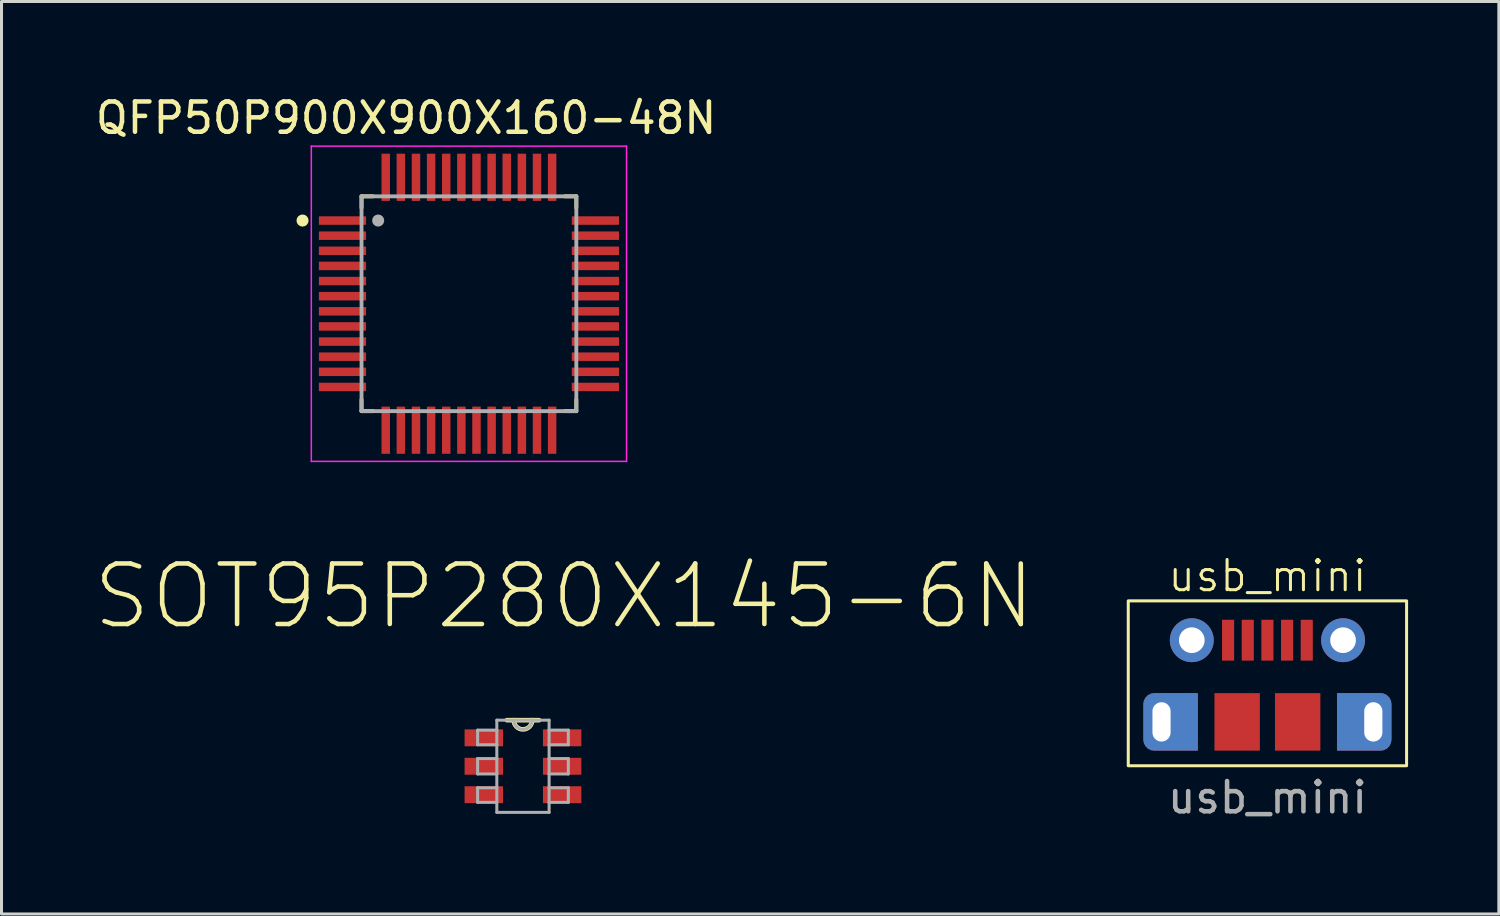
<source format=kicad_pcb>
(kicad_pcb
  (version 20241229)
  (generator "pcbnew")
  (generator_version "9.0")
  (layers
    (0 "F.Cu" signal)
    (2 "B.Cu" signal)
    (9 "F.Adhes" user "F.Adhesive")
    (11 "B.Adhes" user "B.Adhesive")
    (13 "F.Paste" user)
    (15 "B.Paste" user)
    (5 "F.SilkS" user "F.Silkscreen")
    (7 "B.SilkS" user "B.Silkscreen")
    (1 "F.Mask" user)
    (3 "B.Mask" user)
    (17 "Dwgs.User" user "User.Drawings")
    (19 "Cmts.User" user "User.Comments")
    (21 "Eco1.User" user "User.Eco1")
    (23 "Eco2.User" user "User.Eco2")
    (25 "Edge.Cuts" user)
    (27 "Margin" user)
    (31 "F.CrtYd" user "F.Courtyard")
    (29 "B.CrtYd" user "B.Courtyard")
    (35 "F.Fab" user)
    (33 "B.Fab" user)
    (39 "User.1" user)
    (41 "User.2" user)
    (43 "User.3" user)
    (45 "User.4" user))
  (footprint "SOT95P280X145-6N"
    (layer "F.Cu")
    (at 14.236 22.278)
    (property "Reference" "SOT95P280X145-6N" (at 1.36 -5.62 0) (layer "F.SilkS") (effects (font (size 2 2) (thickness 0.15))))
    (attr smd)
    (fp_line (start -0.305 -1.524) (end -0.533 -1.524) (stroke (width 0.152) (type solid)) (layer "F.SilkS"))
    (fp_line (start 0.305 -1.524) (end -0.305 -1.524) (stroke (width 0.152) (type solid)) (layer "F.SilkS"))
    (fp_line (start 0.533 -1.524) (end 0.305 -1.524) (stroke (width 0.152) (type solid)) (layer "F.SilkS"))
    (fp_arc (start 0.3048 -1.524) (mid 0 -1.2192) (end -0.3048 -1.524) (stroke (width 0.1524) (type solid)) (layer "F.SilkS"))
    (fp_line (start -1.499 -1.194) (end -1.499 -0.711) (stroke (width 0.1) (type solid)) (layer "F.Fab"))
    (fp_line (start -1.499 -0.711) (end -0.864 -0.711) (stroke (width 0.1) (type solid)) (layer "F.Fab"))
    (fp_line (start -1.499 -0.254) (end -1.499 0.254) (stroke (width 0.1) (type solid)) (layer "F.Fab"))
    (fp_line (start -1.499 0.254) (end -0.864 0.254) (stroke (width 0.1) (type solid)) (layer "F.Fab"))
    (fp_line (start -1.499 0.711) (end -1.499 1.194) (stroke (width 0.1) (type solid)) (layer "F.Fab"))
    (fp_line (start -1.499 1.194) (end -0.864 1.194) (stroke (width 0.1) (type solid)) (layer "F.Fab"))
    (fp_line (start -0.864 -1.524) (end -0.864 -1.194) (stroke (width 0.1) (type solid)) (layer "F.Fab"))
    (fp_line (start -0.864 -1.194) (end -1.499 -1.194) (stroke (width 0.1) (type solid)) (layer "F.Fab"))
    (fp_line (start -0.864 -1.194) (end -0.864 -0.711) (stroke (width 0.1) (type solid)) (layer "F.Fab"))
    (fp_line (start -0.864 -0.711) (end -0.864 -0.254) (stroke (width 0.1) (type solid)) (layer "F.Fab"))
    (fp_line (start -0.864 -0.254) (end -1.499 -0.254) (stroke (width 0.1) (type solid)) (layer "F.Fab"))
    (fp_line (start -0.864 -0.254) (end -0.864 0.254) (stroke (width 0.1) (type solid)) (layer "F.Fab"))
    (fp_line (start -0.864 0.254) (end -0.864 0.711) (stroke (width 0.1) (type solid)) (layer "F.Fab"))
    (fp_line (start -0.864 0.711) (end -1.499 0.711) (stroke (width 0.1) (type solid)) (layer "F.Fab"))
    (fp_line (start -0.864 1.194) (end -0.864 0.711) (stroke (width 0.1) (type solid)) (layer "F.Fab"))
    (fp_line (start -0.864 1.524) (end -0.864 1.194) (stroke (width 0.1) (type solid)) (layer "F.Fab"))
    (fp_line (start -0.864 1.524) (end 0.864 1.524) (stroke (width 0.1) (type solid)) (layer "F.Fab"))
    (fp_line (start -0.305 -1.524) (end -0.864 -1.524) (stroke (width 0.1) (type solid)) (layer "F.Fab"))
    (fp_line (start 0.305 -1.524) (end -0.305 -1.524) (stroke (width 0.1) (type solid)) (layer "F.Fab"))
    (fp_line (start 0.864 -1.524) (end 0.305 -1.524) (stroke (width 0.1) (type solid)) (layer "F.Fab"))
    (fp_line (start 0.864 -1.524) (end 0.864 -1.194) (stroke (width 0.1) (type solid)) (layer "F.Fab"))
    (fp_line (start 0.864 -1.194) (end 0.864 -0.711) (stroke (width 0.1) (type solid)) (layer "F.Fab"))
    (fp_line (start 0.864 -0.711) (end 1.499 -0.711) (stroke (width 0.1) (type solid)) (layer "F.Fab"))
    (fp_line (start 0.864 -0.254) (end 0.864 -0.711) (stroke (width 0.1) (type solid)) (layer "F.Fab"))
    (fp_line (start 0.864 0.254) (end 0.864 -0.254) (stroke (width 0.1) (type solid)) (layer "F.Fab"))
    (fp_line (start 0.864 0.254) (end 1.499 0.254) (stroke (width 0.1) (type solid)) (layer "F.Fab"))
    (fp_line (start 0.864 0.711) (end 0.864 0.254) (stroke (width 0.1) (type solid)) (layer "F.Fab"))
    (fp_line (start 0.864 1.194) (end 0.864 0.711) (stroke (width 0.1) (type solid)) (layer "F.Fab"))
    (fp_line (start 0.864 1.194) (end 1.499 1.194) (stroke (width 0.1) (type solid)) (layer "F.Fab"))
    (fp_line (start 0.864 1.524) (end 0.864 1.194) (stroke (width 0.1) (type solid)) (layer "F.Fab"))
    (fp_line (start 1.499 -1.194) (end 0.864 -1.194) (stroke (width 0.1) (type solid)) (layer "F.Fab"))
    (fp_line (start 1.499 -0.711) (end 1.499 -1.194) (stroke (width 0.1) (type solid)) (layer "F.Fab"))
    (fp_line (start 1.499 -0.254) (end 0.864 -0.254) (stroke (width 0.1) (type solid)) (layer "F.Fab"))
    (fp_line (start 1.499 0.254) (end 1.499 -0.254) (stroke (width 0.1) (type solid)) (layer "F.Fab"))
    (fp_line (start 1.499 0.711) (end 0.864 0.711) (stroke (width 0.1) (type solid)) (layer "F.Fab"))
    (fp_line (start 1.499 1.194) (end 1.499 0.711) (stroke (width 0.1) (type solid)) (layer "F.Fab"))
    (fp_arc (start 0.3048 -1.524) (mid 0 -1.2192) (end -0.3048 -1.524) (stroke (width 0.1) (type solid)) (layer "F.Fab"))
    (pad "1" smd rect (at -1.295 -0.94) (size 1.27 0.559) (layers "F.Cu" "F.Mask" "F.Paste"))
    (pad "2" smd rect (at -1.295 0) (size 1.27 0.559) (layers "F.Cu" "F.Mask" "F.Paste"))
    (pad "3" smd rect (at -1.295 0.94) (size 1.27 0.559) (layers "F.Cu" "F.Mask" "F.Paste"))
    (pad "4" smd rect (at 1.295 0.94) (size 1.27 0.559) (layers "F.Cu" "F.Mask" "F.Paste"))
    (pad "5" smd rect (at 1.295 0) (size 1.27 0.559) (layers "F.Cu" "F.Mask" "F.Paste"))
    (pad "6" smd rect (at 1.295 -0.94) (size 1.27 0.559) (layers "F.Cu" "F.Mask" "F.Paste")))
  (footprint "QFP50P900X900X160-48N"
    (layer "F.Cu")
    (at 12.45 6.99)
    (property "Reference" "QFP50P900X900X160-48N" (at -2.077 -6.141 0) (layer "F.SilkS") (effects (font (size 1.001 1.001) (thickness 0.15))))
    (attr smd)
    (fp_line (start -3.55 -3.55) (end -3.17 -3.55) (stroke (width 0.127) (type solid)) (layer "F.SilkS"))
    (fp_line (start -3.55 -3.17) (end -3.55 -3.55) (stroke (width 0.127) (type solid)) (layer "F.SilkS"))
    (fp_line (start -3.55 3.17) (end -3.55 3.55) (stroke (width 0.127) (type solid)) (layer "F.SilkS"))
    (fp_line (start -3.55 3.55) (end -3.17 3.55) (stroke (width 0.127) (type solid)) (layer "F.SilkS"))
    (fp_line (start 3.17 -3.55) (end 3.55 -3.55) (stroke (width 0.127) (type solid)) (layer "F.SilkS"))
    (fp_line (start 3.17 3.55) (end 3.55 3.55) (stroke (width 0.127) (type solid)) (layer "F.SilkS"))
    (fp_line (start 3.55 -3.55) (end 3.55 -3.17) (stroke (width 0.127) (type solid)) (layer "F.SilkS"))
    (fp_line (start 3.55 3.55) (end 3.55 3.17) (stroke (width 0.127) (type solid)) (layer "F.SilkS"))
    (fp_circle (center -5.5 -2.75) (end -5.4 -2.75) (stroke (width 0.2) (type solid)) (fill no) (layer "F.SilkS"))
    (fp_line (start -5.21 -5.21) (end 5.21 -5.21) (stroke (width 0.05) (type solid)) (layer "F.CrtYd"))
    (fp_line (start -5.21 5.21) (end -5.21 -5.21) (stroke (width 0.05) (type solid)) (layer "F.CrtYd"))
    (fp_line (start 5.21 -5.21) (end 5.21 5.21) (stroke (width 0.05) (type solid)) (layer "F.CrtYd"))
    (fp_line (start 5.21 5.21) (end -5.21 5.21) (stroke (width 0.05) (type solid)) (layer "F.CrtYd"))
    (fp_line (start -3.55 -3.55) (end 3.55 -3.55) (stroke (width 0.127) (type solid)) (layer "F.Fab"))
    (fp_line (start -3.55 3.55) (end -3.55 -3.55) (stroke (width 0.127) (type solid)) (layer "F.Fab"))
    (fp_line (start 3.55 -3.55) (end 3.55 3.55) (stroke (width 0.127) (type solid)) (layer "F.Fab"))
    (fp_line (start 3.55 3.55) (end -3.55 3.55) (stroke (width 0.127) (type solid)) (layer "F.Fab"))
    (fp_circle (center -3 -2.75) (end -2.9 -2.75) (stroke (width 0.2) (type solid)) (fill no) (layer "F.Fab"))
    (pad "1" smd rect (at -4.18 -2.75) (size 1.56 0.28) (layers "F.Cu" "F.Mask" "F.Paste"))
    (pad "2" smd rect (at -4.18 -2.25) (size 1.56 0.28) (layers "F.Cu" "F.Mask" "F.Paste"))
    (pad "3" smd rect (at -4.18 -1.75) (size 1.56 0.28) (layers "F.Cu" "F.Mask" "F.Paste"))
    (pad "4" smd rect (at -4.18 -1.25) (size 1.56 0.28) (layers "F.Cu" "F.Mask" "F.Paste"))
    (pad "5" smd rect (at -4.18 -0.75) (size 1.56 0.28) (layers "F.Cu" "F.Mask" "F.Paste"))
    (pad "6" smd rect (at -4.18 -0.25) (size 1.56 0.28) (layers "F.Cu" "F.Mask" "F.Paste"))
    (pad "7" smd rect (at -4.18 0.25) (size 1.56 0.28) (layers "F.Cu" "F.Mask" "F.Paste"))
    (pad "8" smd rect (at -4.18 0.75) (size 1.56 0.28) (layers "F.Cu" "F.Mask" "F.Paste"))
    (pad "9" smd rect (at -4.18 1.25) (size 1.56 0.28) (layers "F.Cu" "F.Mask" "F.Paste"))
    (pad "10" smd rect (at -4.18 1.75) (size 1.56 0.28) (layers "F.Cu" "F.Mask" "F.Paste"))
    (pad "11" smd rect (at -4.18 2.25) (size 1.56 0.28) (layers "F.Cu" "F.Mask" "F.Paste"))
    (pad "12" smd rect (at -4.18 2.75) (size 1.56 0.28) (layers "F.Cu" "F.Mask" "F.Paste"))
    (pad "13" smd rect (at -2.75 4.18) (size 0.28 1.56) (layers "F.Cu" "F.Mask" "F.Paste"))
    (pad "14" smd rect (at -2.25 4.18) (size 0.28 1.56) (layers "F.Cu" "F.Mask" "F.Paste"))
    (pad "15" smd rect (at -1.75 4.18) (size 0.28 1.56) (layers "F.Cu" "F.Mask" "F.Paste"))
    (pad "16" smd rect (at -1.25 4.18) (size 0.28 1.56) (layers "F.Cu" "F.Mask" "F.Paste"))
    (pad "17" smd rect (at -0.75 4.18) (size 0.28 1.56) (layers "F.Cu" "F.Mask" "F.Paste"))
    (pad "18" smd rect (at -0.25 4.18) (size 0.28 1.56) (layers "F.Cu" "F.Mask" "F.Paste"))
    (pad "19" smd rect (at 0.25 4.18) (size 0.28 1.56) (layers "F.Cu" "F.Mask" "F.Paste"))
    (pad "20" smd rect (at 0.75 4.18) (size 0.28 1.56) (layers "F.Cu" "F.Mask" "F.Paste"))
    (pad "21" smd rect (at 1.25 4.18) (size 0.28 1.56) (layers "F.Cu" "F.Mask" "F.Paste"))
    (pad "22" smd rect (at 1.75 4.18) (size 0.28 1.56) (layers "F.Cu" "F.Mask" "F.Paste"))
    (pad "23" smd rect (at 2.25 4.18) (size 0.28 1.56) (layers "F.Cu" "F.Mask" "F.Paste"))
    (pad "24" smd rect (at 2.75 4.18) (size 0.28 1.56) (layers "F.Cu" "F.Mask" "F.Paste"))
    (pad "25" smd rect (at 4.18 2.75) (size 1.56 0.28) (layers "F.Cu" "F.Mask" "F.Paste"))
    (pad "26" smd rect (at 4.18 2.25) (size 1.56 0.28) (layers "F.Cu" "F.Mask" "F.Paste"))
    (pad "27" smd rect (at 4.18 1.75) (size 1.56 0.28) (layers "F.Cu" "F.Mask" "F.Paste"))
    (pad "28" smd rect (at 4.18 1.25) (size 1.56 0.28) (layers "F.Cu" "F.Mask" "F.Paste"))
    (pad "29" smd rect (at 4.18 0.75) (size 1.56 0.28) (layers "F.Cu" "F.Mask" "F.Paste"))
    (pad "30" smd rect (at 4.18 0.25) (size 1.56 0.28) (layers "F.Cu" "F.Mask" "F.Paste"))
    (pad "31" smd rect (at 4.18 -0.25) (size 1.56 0.28) (layers "F.Cu" "F.Mask" "F.Paste"))
    (pad "32" smd rect (at 4.18 -0.75) (size 1.56 0.28) (layers "F.Cu" "F.Mask" "F.Paste"))
    (pad "33" smd rect (at 4.18 -1.25) (size 1.56 0.28) (layers "F.Cu" "F.Mask" "F.Paste"))
    (pad "34" smd rect (at 4.18 -1.75) (size 1.56 0.28) (layers "F.Cu" "F.Mask" "F.Paste"))
    (pad "35" smd rect (at 4.18 -2.25) (size 1.56 0.28) (layers "F.Cu" "F.Mask" "F.Paste"))
    (pad "36" smd rect (at 4.18 -2.75) (size 1.56 0.28) (layers "F.Cu" "F.Mask" "F.Paste"))
    (pad "37" smd rect (at 2.75 -4.18) (size 0.28 1.56) (layers "F.Cu" "F.Mask" "F.Paste"))
    (pad "38" smd rect (at 2.25 -4.18) (size 0.28 1.56) (layers "F.Cu" "F.Mask" "F.Paste"))
    (pad "39" smd rect (at 1.75 -4.18) (size 0.28 1.56) (layers "F.Cu" "F.Mask" "F.Paste"))
    (pad "40" smd rect (at 1.25 -4.18) (size 0.28 1.56) (layers "F.Cu" "F.Mask" "F.Paste"))
    (pad "41" smd rect (at 0.75 -4.18) (size 0.28 1.56) (layers "F.Cu" "F.Mask" "F.Paste"))
    (pad "42" smd rect (at 0.25 -4.18) (size 0.28 1.56) (layers "F.Cu" "F.Mask" "F.Paste"))
    (pad "43" smd rect (at -0.25 -4.18) (size 0.28 1.56) (layers "F.Cu" "F.Mask" "F.Paste"))
    (pad "44" smd rect (at -0.75 -4.18) (size 0.28 1.56) (layers "F.Cu" "F.Mask" "F.Paste"))
    (pad "45" smd rect (at -1.25 -4.18) (size 0.28 1.56) (layers "F.Cu" "F.Mask" "F.Paste"))
    (pad "46" smd rect (at -1.75 -4.18) (size 0.28 1.56) (layers "F.Cu" "F.Mask" "F.Paste"))
    (pad "47" smd rect (at -2.25 -4.18) (size 0.28 1.56) (layers "F.Cu" "F.Mask" "F.Paste"))
    (pad "48" smd rect (at -2.75 -4.18) (size 0.28 1.56) (layers "F.Cu" "F.Mask" "F.Paste")))
  (footprint "usb_mini"
    (layer "F.Cu")
    (at 38.843 20.811)
    (property "Reference" "usb_mini" (at 0 -4.826 0) (unlocked yes) (layer "F.SilkS") (effects (font (size 1 1) (thickness 0.1))))
    (attr smd)
    (fp_rect (start -4.6 1.45) (end 4.6 -4) (stroke (width 0.1) (type default)) (fill no) (layer "F.SilkS"))
    (fp_text user "${REFERENCE}" (at 0 2.5 0) (unlocked yes) (layer "F.Fab") (effects (font (size 1 1) (thickness 0.15))))
    (pad "1" thru_hole roundrect (at -3.5 0) (size 1.8 1.9) (drill oval 0.6 1.3 (offset 0.3 0)) (layers "*.Cu" "*.Mask") (roundrect_rratio 0.2) (chamfer_ratio 0) (chamfer top_right bottom_right))
    (pad "1" thru_hole circle (at -2.5 -2.7) (size 1.45 1.45) (drill 0.85) (layers "*.Cu" "*.Mask"))
    (pad "1" smd rect (at -1.3 -2.7) (size 0.4 1.35) (layers "F.Cu" "F.Mask" "F.Paste"))
    (pad "1" smd rect (at -1 0) (size 1.5 1.9) (layers "F.Cu" "F.Mask" "F.Paste"))
    (pad "1" smd rect (at 1 0) (size 1.5 1.9) (layers "F.Cu" "F.Mask" "F.Paste"))
    (pad "1" thru_hole circle (at 2.5 -2.7) (size 1.45 1.45) (drill 0.85) (layers "*.Cu" "*.Mask"))
    (pad "1" thru_hole roundrect (at 3.5 0 180) (size 1.8 1.9) (drill oval 0.6 1.3 (offset 0.3 0)) (layers "*.Cu" "*.Mask") (roundrect_rratio 0.2) (chamfer_ratio 0) (chamfer top_right bottom_right))
    (pad "2" smd rect (at -0.65 -2.7) (size 0.4 1.35) (layers "F.Cu" "F.Mask" "F.Paste"))
    (pad "3" smd rect (at 0 -2.7) (size 0.4 1.35) (layers "F.Cu" "F.Mask" "F.Paste"))
    (pad "4" smd rect (at 0.65 -2.7) (size 0.4 1.35) (layers "F.Cu" "F.Mask" "F.Paste"))
    (pad "5" smd rect (at 1.3 -2.7) (size 0.4 1.35) (layers "F.Cu" "F.Mask" "F.Paste")))
  (gr_rect
    (start -3 -3)
    (end 46.493 27.16)
    (stroke (width 0.1) (type default))
    (fill no)
    (layer "Edge.Cuts")))
</source>
